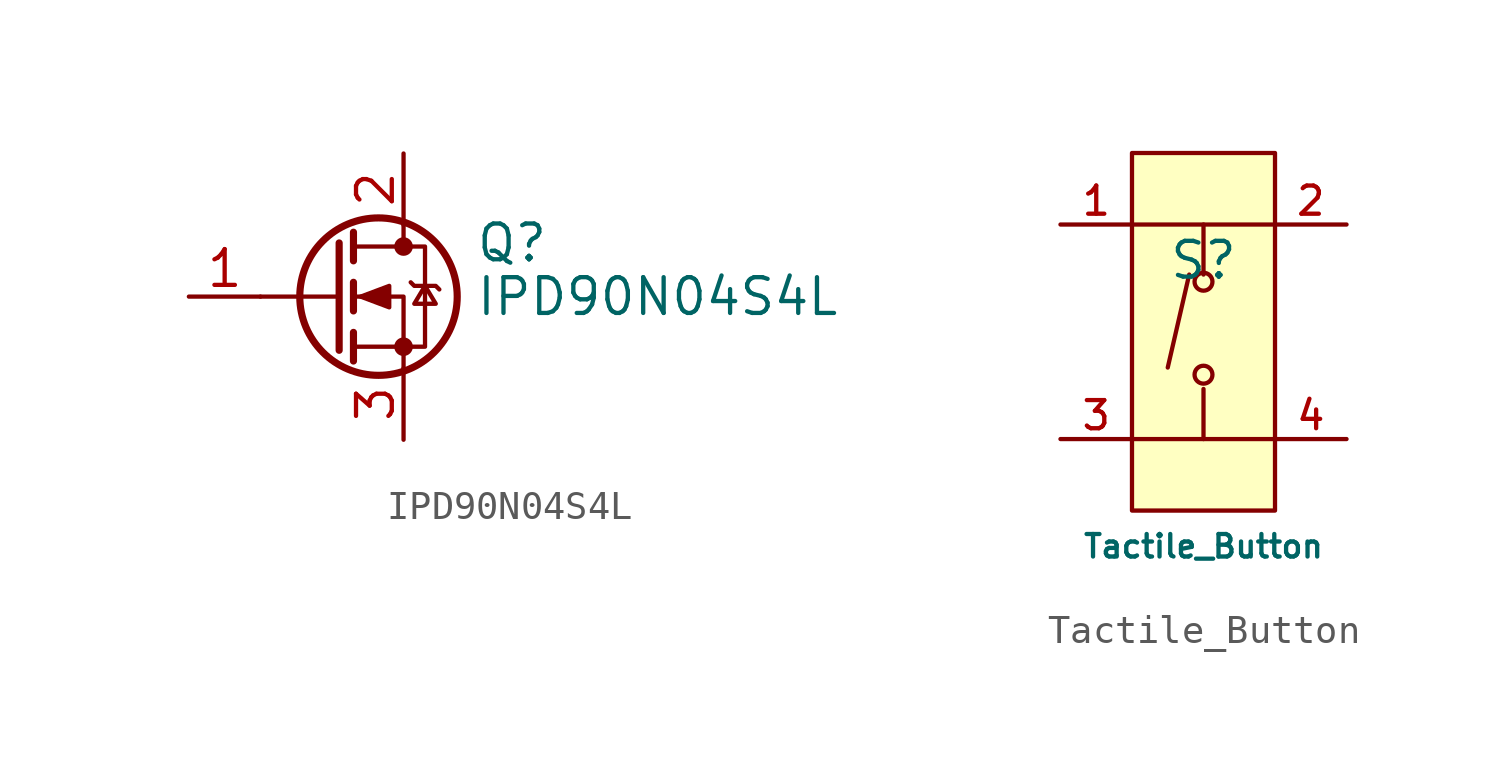
<source format=kicad_sym>
(kicad_symbol_lib
  (version 20241209)
  (generator "kicad_symbol_editor")
  (generator_version "9.0")
  (symbol "IPD90N04S4L"
    (pin_names
      (hide yes))
    (property "Reference" "Q"
      (at 5.08 1.905 0)
      (effects (font (size 1.27 1.27)) (justify left)))
    (property "Value" "IPD90N04S4L"
      (at 5.08 0 0)
      (effects (font (size 1.27 1.27)) (justify left)))
    (symbol "IPD90N04S4L_0_1"
      (polyline (pts (xy 0.254 1.905) (xy 0.254 -1.905)) (stroke (width 0.254) (type default)) (fill (type none)))
      (polyline (pts (xy 0.254 0) (xy -2.54 0)) (stroke (width 0) (type default)) (fill (type none)))
      (polyline (pts (xy 0.762 2.286) (xy 0.762 1.27)) (stroke (width 0.254) (type default)) (fill (type none)))
      (polyline (pts (xy 0.762 0.508) (xy 0.762 -0.508)) (stroke (width 0.254) (type default)) (fill (type none)))
      (polyline (pts (xy 0.762 -1.27) (xy 0.762 -2.286)) (stroke (width 0.254) (type default)) (fill (type none)))
      (polyline (pts (xy 0.762 -1.778) (xy 3.302 -1.778) (xy 3.302 1.778) (xy 0.762 1.778)) (stroke (width 0) (type default)) (fill (type none)))
      (polyline (pts (xy 1.016 0) (xy 2.032 0.381) (xy 2.032 -0.381) (xy 1.016 0)) (stroke (width 0) (type default)) (fill (type outline)))
      (circle (center 1.651 0) (radius 2.794) (stroke (width 0.254) (type default)) (fill (type none)))
      (polyline (pts (xy 2.54 2.54) (xy 2.54 1.778)) (stroke (width 0) (type default)) (fill (type none)))
      (circle (center 2.54 1.778) (radius 0.254) (stroke (width 0) (type default)) (fill (type outline)))
      (circle (center 2.54 -1.778) (radius 0.254) (stroke (width 0) (type default)) (fill (type outline)))
      (polyline (pts (xy 2.54 -2.54) (xy 2.54 0) (xy 0.762 0)) (stroke (width 0) (type default)) (fill (type none)))
      (polyline (pts (xy 2.794 0.508) (xy 2.921 0.381) (xy 3.683 0.381) (xy 3.81 0.254)) (stroke (width 0) (type default)) (fill (type none)))
      (polyline (pts (xy 3.302 0.381) (xy 2.921 -0.254) (xy 3.683 -0.254) (xy 3.302 0.381)) (stroke (width 0) (type default)) (fill (type none))))
    (symbol "IPD90N04S4L_1_1"
      (pin input line (at -5.08 0 0) (length 2.54) (name "G" (effects (font (size 1.27 1.27)))) (number "1" (effects (font (size 1.27 1.27)))))
      (pin passive line (at 2.54 5.08 270) (length 2.54) (name "D" (effects (font (size 1.27 1.27)))) (number "2" (effects (font (size 1.27 1.27)))))
      (pin passive line (at 2.54 -5.08 90) (length 2.54) (name "S" (effects (font (size 1.27 1.27)))) (number "3" (effects (font (size 1.27 1.27)))))))
  (symbol "Tactile_Button"
    (pin_names
      (hide yes))
    (property "Reference" "S"
      (at 0 1.27 0)
      (effects (font (size 1.27 1.27))))
    (property "Value" "Tactile_Button"
      (at 0 -8.89 0)
      (effects (font (size 0.8 0.8))))
    (symbol "Tactile_Button_0_1"
      (polyline (pts (xy -2.54 2.54) (xy 2.54 2.54)) (stroke (width 0) (type default)) (fill (type none)))
      (polyline (pts (xy -2.54 -5.08) (xy 2.54 -5.08)) (stroke (width 0) (type default)) (fill (type none)))
      (polyline (pts (xy -0.508 0.762) (xy -1.27 -2.54)) (stroke (width 0) (type default)) (fill (type none)))
      (polyline (pts (xy 0 0.762) (xy 0 2.54)) (stroke (width 0) (type default)) (fill (type none)))
      (circle (center 0 0.508) (radius 0.318) (stroke (width 0) (type default)) (fill (type background)))
      (circle (center 0 -2.794) (radius 0.318) (stroke (width 0) (type default)) (fill (type background)))
      (polyline (pts (xy 0 -3.302) (xy 0 -5.08)) (stroke (width 0) (type default)) (fill (type none)))
      (pin unspecified line (at -5.08 2.54 0) (length 2.54) (name "A" (effects (font (size 1 1)))) (number "1" (effects (font (size 1 1)))))
      (pin unspecified line (at -5.08 -5.08 0) (length 2.54) (name "C" (effects (font (size 1 1)))) (number "3" (effects (font (size 1 1)))))
      (pin unspecified line (at 5.08 2.54 180) (length 2.54) (name "B" (effects (font (size 1 1)))) (number "2" (effects (font (size 1 1)))))
      (pin unspecified line (at 5.08 -5.08 180) (length 2.54) (name "D" (effects (font (size 1 1)))) (number "4" (effects (font (size 1 1))))))
    (symbol "Tactile_Button_1_1"
      (rectangle (start -2.54 5.08) (end 2.54 -7.62) (stroke (width 0) (type default)) (fill (type background))))))
</source>
